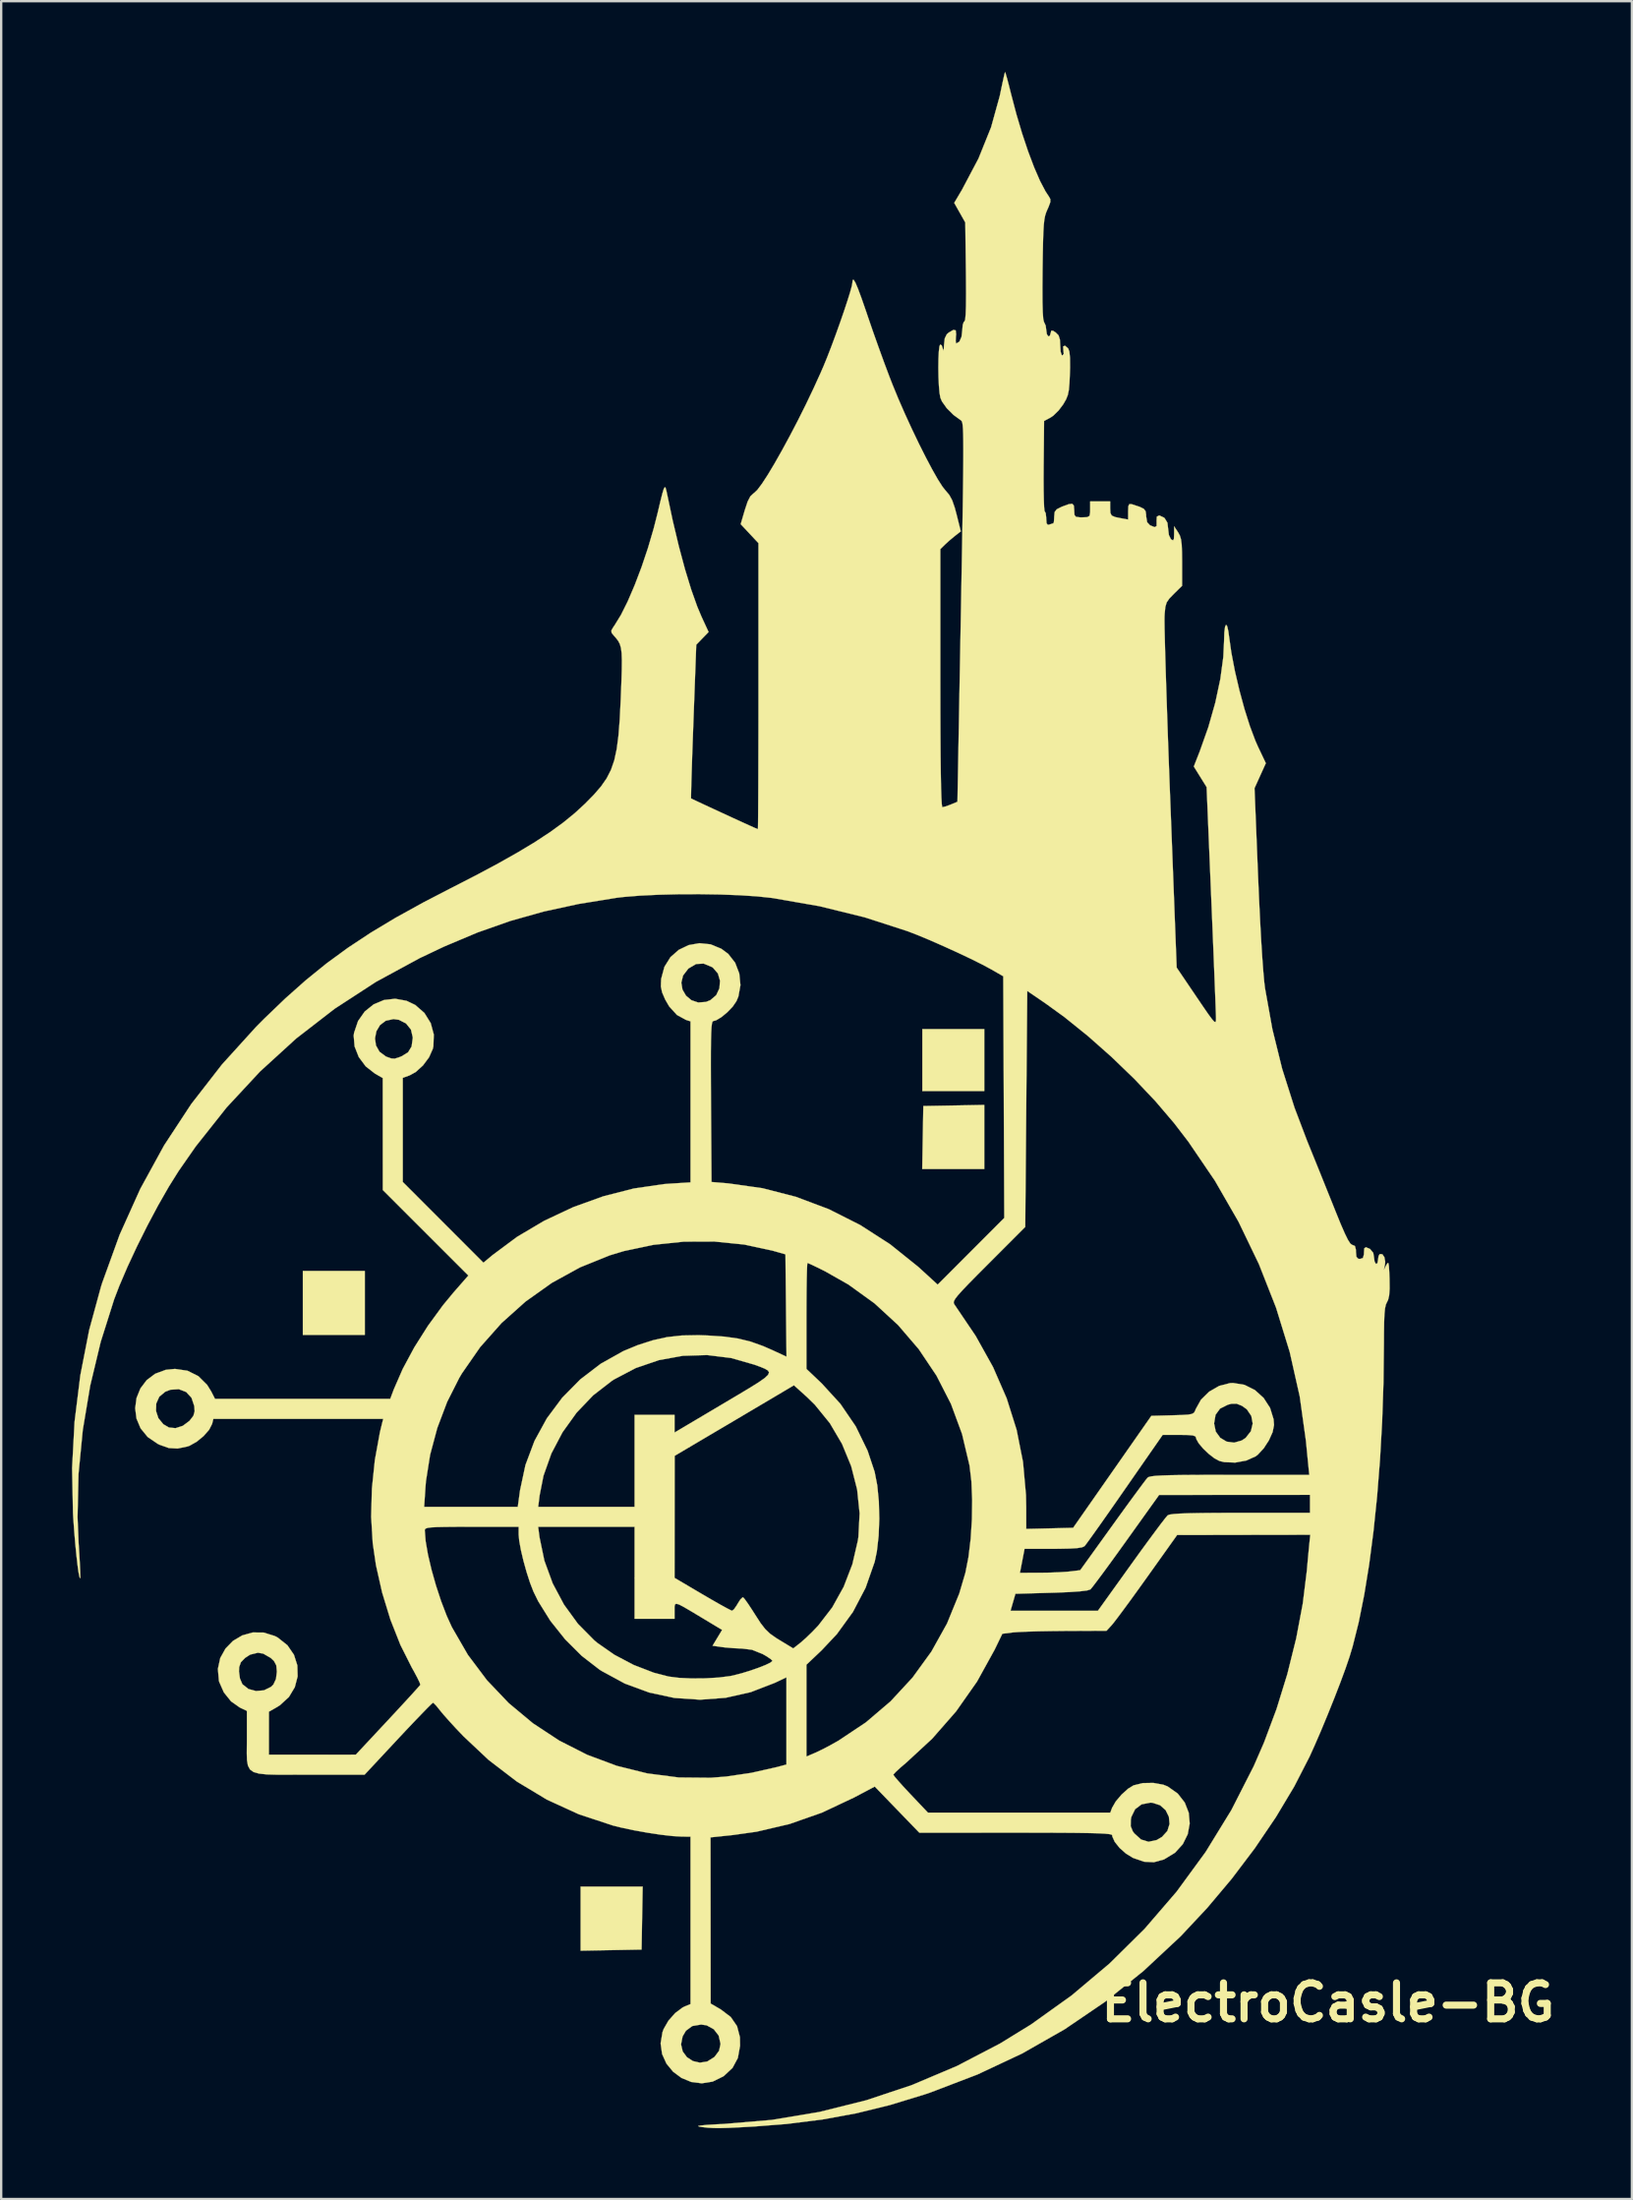
<source format=kicad_pcb>
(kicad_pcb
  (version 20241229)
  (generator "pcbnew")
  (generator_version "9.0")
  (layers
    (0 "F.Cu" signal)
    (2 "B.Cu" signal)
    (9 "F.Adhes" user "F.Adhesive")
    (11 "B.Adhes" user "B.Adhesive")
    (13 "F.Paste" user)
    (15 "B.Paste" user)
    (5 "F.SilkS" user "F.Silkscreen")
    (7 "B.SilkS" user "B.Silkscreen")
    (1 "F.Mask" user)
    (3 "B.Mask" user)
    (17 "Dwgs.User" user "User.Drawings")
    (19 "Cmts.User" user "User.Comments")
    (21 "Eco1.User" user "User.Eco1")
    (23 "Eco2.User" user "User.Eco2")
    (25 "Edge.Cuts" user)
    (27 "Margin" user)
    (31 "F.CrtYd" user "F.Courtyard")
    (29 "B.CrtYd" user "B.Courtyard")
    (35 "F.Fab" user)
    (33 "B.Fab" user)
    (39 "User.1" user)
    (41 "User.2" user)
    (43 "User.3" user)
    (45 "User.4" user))
  (footprint "ElectroCasle-BG"
    (layer "F.Cu")
    (at 27.816 43.67)
    (property "Reference" "ElectroCasle-BG" (at 25.4 38.1 0) (layer "F.SilkS") (effects (font (size 1.524 1.524) (thickness 0.3))))
    (attr through_hole)
    (fp_poly (pts (xy -15.409 9.821) (xy -18.034 9.821) (xy -18.034 7.112) (xy -15.409 7.112) (xy -15.409 9.821)) (stroke (width 0.01) (type solid)) (fill yes) (layer "F.SilkS"))
    (fp_poly (pts (xy 10.837 -0.508) (xy 8.213 -0.508) (xy 8.213 -3.133) (xy 10.837 -3.133) (xy 10.837 -0.508)) (stroke (width 0.01) (type solid)) (fill yes) (layer "F.SilkS"))
    (fp_poly (pts (xy -3.66 34.523) (xy -3.683 35.856) (xy -6.265 35.903) (xy -6.265 33.189) (xy -3.636 33.189) (xy -3.66 34.523)) (stroke (width 0.01) (type solid)) (fill yes) (layer "F.SilkS"))
    (fp_poly (pts (xy 10.837 2.794) (xy 8.208 2.794) (xy 8.255 0.127) (xy 9.546 0.104) (xy 10.837 0.08) (xy 10.837 2.794)) (stroke (width 0.01) (type solid)) (fill yes) (layer "F.SilkS"))
    (fp_poly (pts (xy 11.745 -43.597) (xy 11.803 -43.396) (xy 11.883 -43.093) (xy 11.973 -42.735) (xy 12.196 -41.887) (xy 12.439 -41.071) (xy 12.693 -40.311) (xy 12.95 -39.631) (xy 13.2 -39.055) (xy 13.436 -38.607) (xy 13.571 -38.403) (xy 13.636 -38.286) (xy 13.635 -38.156) (xy 13.56 -37.954) (xy 13.514 -37.852) (xy 13.459 -37.721) (xy 13.415 -37.581) (xy 13.382 -37.409) (xy 13.358 -37.182) (xy 13.34 -36.876) (xy 13.327 -36.47) (xy 13.316 -35.938) (xy 13.307 -35.317) (xy 13.301 -34.546) (xy 13.303 -33.94) (xy 13.315 -33.497) (xy 13.336 -33.212) (xy 13.367 -33.082) (xy 13.371 -33.077) (xy 13.439 -32.929) (xy 13.462 -32.754) (xy 13.489 -32.566) (xy 13.55 -32.472) (xy 13.615 -32.497) (xy 13.646 -32.598) (xy 13.678 -32.714) (xy 13.753 -32.709) (xy 13.864 -32.637) (xy 13.985 -32.515) (xy 14.042 -32.335) (xy 14.055 -32.084) (xy 14.072 -31.825) (xy 14.12 -31.682) (xy 14.149 -31.665) (xy 14.205 -31.735) (xy 14.189 -31.877) (xy 14.18 -32.047) (xy 14.257 -32.078) (xy 14.392 -31.963) (xy 14.443 -31.827) (xy 14.469 -31.564) (xy 14.472 -31.155) (xy 14.465 -30.918) (xy 14.447 -30.499) (xy 14.421 -30.205) (xy 14.377 -29.99) (xy 14.306 -29.809) (xy 14.197 -29.618) (xy 14.181 -29.592) (xy 13.985 -29.332) (xy 13.764 -29.116) (xy 13.649 -29.037) (xy 13.371 -28.889) (xy 13.353 -26.975) (xy 13.35 -26.426) (xy 13.353 -25.939) (xy 13.361 -25.537) (xy 13.373 -25.244) (xy 13.389 -25.084) (xy 13.399 -25.061) (xy 13.44 -24.987) (xy 13.461 -24.802) (xy 13.462 -24.756) (xy 13.477 -24.556) (xy 13.533 -24.49) (xy 13.596 -24.502) (xy 13.731 -24.547) (xy 13.765 -24.553) (xy 13.789 -24.628) (xy 13.8 -24.81) (xy 13.801 -24.84) (xy 13.819 -25.031) (xy 13.905 -25.148) (xy 14.103 -25.248) (xy 14.141 -25.264) (xy 14.413 -25.364) (xy 14.565 -25.382) (xy 14.631 -25.308) (xy 14.647 -25.131) (xy 14.647 -25.104) (xy 14.658 -24.914) (xy 14.721 -24.83) (xy 14.886 -24.808) (xy 14.986 -24.807) (xy 15.203 -24.815) (xy 15.299 -24.873) (xy 15.324 -25.027) (xy 15.325 -25.146) (xy 15.325 -25.485) (xy 16.171 -25.485) (xy 16.171 -25.193) (xy 16.181 -24.994) (xy 16.237 -24.883) (xy 16.381 -24.82) (xy 16.616 -24.772) (xy 16.933 -24.715) (xy 16.933 -25.063) (xy 16.942 -25.281) (xy 16.983 -25.368) (xy 17.084 -25.364) (xy 17.124 -25.352) (xy 17.423 -25.253) (xy 17.594 -25.169) (xy 17.673 -25.068) (xy 17.695 -24.92) (xy 17.695 -24.855) (xy 17.739 -24.599) (xy 17.859 -24.472) (xy 18.052 -24.393) (xy 18.138 -24.437) (xy 18.14 -24.618) (xy 18.137 -24.638) (xy 18.147 -24.834) (xy 18.249 -24.89) (xy 18.437 -24.804) (xy 18.479 -24.774) (xy 18.597 -24.58) (xy 18.627 -24.322) (xy 18.659 -24.059) (xy 18.743 -23.886) (xy 18.754 -23.876) (xy 18.835 -23.831) (xy 18.872 -23.897) (xy 18.881 -24.098) (xy 18.882 -24.426) (xy 19.05 -24.172) (xy 19.124 -24.038) (xy 19.173 -23.876) (xy 19.202 -23.651) (xy 19.215 -23.326) (xy 19.219 -22.914) (xy 19.219 -21.909) (xy 18.863 -21.559) (xy 18.675 -21.364) (xy 18.565 -21.203) (xy 18.509 -21.014) (xy 18.481 -20.737) (xy 18.474 -20.613) (xy 18.472 -20.437) (xy 18.476 -20.107) (xy 18.487 -19.634) (xy 18.503 -19.033) (xy 18.524 -18.319) (xy 18.55 -17.503) (xy 18.58 -16.601) (xy 18.613 -15.626) (xy 18.65 -14.592) (xy 18.69 -13.512) (xy 18.715 -12.877) (xy 18.989 -5.737) (xy 19.824 -4.504) (xy 20.123 -4.064) (xy 20.34 -3.75) (xy 20.489 -3.549) (xy 20.582 -3.446) (xy 20.632 -3.428) (xy 20.653 -3.481) (xy 20.656 -3.589) (xy 20.656 -3.604) (xy 20.652 -3.75) (xy 20.641 -4.048) (xy 20.625 -4.482) (xy 20.603 -5.035) (xy 20.577 -5.692) (xy 20.547 -6.434) (xy 20.514 -7.246) (xy 20.478 -8.11) (xy 20.455 -8.659) (xy 20.258 -13.382) (xy 19.987 -13.818) (xy 19.715 -14.254) (xy 19.967 -14.895) (xy 20.332 -15.925) (xy 20.626 -16.959) (xy 20.839 -17.959) (xy 20.965 -18.891) (xy 20.997 -19.561) (xy 21.009 -19.934) (xy 21.039 -20.169) (xy 21.081 -20.258) (xy 21.13 -20.195) (xy 21.18 -19.973) (xy 21.204 -19.789) (xy 21.307 -19.07) (xy 21.458 -18.285) (xy 21.647 -17.477) (xy 21.861 -16.689) (xy 22.091 -15.964) (xy 22.324 -15.344) (xy 22.435 -15.092) (xy 22.767 -14.394) (xy 22.527 -13.865) (xy 22.287 -13.335) (xy 22.439 -9.567) (xy 22.481 -8.603) (xy 22.525 -7.705) (xy 22.569 -6.892) (xy 22.614 -6.18) (xy 22.658 -5.588) (xy 22.699 -5.132) (xy 22.731 -4.868) (xy 23.044 -3.128) (xy 23.456 -1.458) (xy 23.982 0.199) (xy 24.518 1.609) (xy 24.767 2.222) (xy 25.044 2.906) (xy 25.323 3.6) (xy 25.581 4.239) (xy 25.722 4.592) (xy 25.941 5.13) (xy 26.113 5.524) (xy 26.244 5.791) (xy 26.344 5.947) (xy 26.421 6.008) (xy 26.437 6.011) (xy 26.542 6.055) (xy 26.583 6.213) (xy 26.585 6.308) (xy 26.604 6.512) (xy 26.678 6.594) (xy 26.755 6.604) (xy 26.879 6.564) (xy 26.922 6.416) (xy 26.924 6.35) (xy 26.937 6.157) (xy 27.005 6.107) (xy 27.166 6.174) (xy 27.184 6.184) (xy 27.319 6.347) (xy 27.347 6.517) (xy 27.374 6.712) (xy 27.432 6.816) (xy 27.495 6.786) (xy 27.517 6.656) (xy 27.544 6.478) (xy 27.592 6.398) (xy 27.703 6.404) (xy 27.789 6.528) (xy 27.825 6.72) (xy 27.815 6.829) (xy 27.767 7.07) (xy 27.874 6.858) (xy 27.925 6.777) (xy 27.959 6.783) (xy 27.981 6.9) (xy 27.996 7.148) (xy 28.007 7.439) (xy 28.012 7.862) (xy 27.992 8.152) (xy 27.945 8.345) (xy 27.901 8.431) (xy 27.853 8.536) (xy 27.817 8.697) (xy 27.793 8.939) (xy 27.779 9.286) (xy 27.772 9.761) (xy 27.77 10.178) (xy 27.751 11.842) (xy 27.695 13.488) (xy 27.604 15.099) (xy 27.481 16.655) (xy 27.327 18.141) (xy 27.145 19.538) (xy 26.935 20.828) (xy 26.701 21.994) (xy 26.444 23.018) (xy 26.313 23.453) (xy 26.148 23.936) (xy 25.928 24.533) (xy 25.67 25.2) (xy 25.39 25.898) (xy 25.105 26.585) (xy 24.83 27.219) (xy 24.619 27.686) (xy 23.971 28.947) (xy 23.192 30.248) (xy 22.302 31.561) (xy 21.324 32.854) (xy 20.278 34.097) (xy 19.188 35.261) (xy 19.138 35.311) (xy 17.576 36.768) (xy 15.947 38.074) (xy 14.239 39.235) (xy 12.442 40.258) (xy 10.546 41.148) (xy 8.541 41.914) (xy 8.297 41.996) (xy 6.842 42.44) (xy 5.418 42.79) (xy 3.974 43.054) (xy 2.462 43.243) (xy 1.101 43.349) (xy 0.49 43.384) (xy 0.018 43.407) (xy -0.347 43.417) (xy -0.636 43.415) (xy -0.878 43.401) (xy -1.105 43.375) (xy -1.228 43.356) (xy -1.289 43.333) (xy -1.184 43.308) (xy -0.919 43.283) (xy -0.497 43.257) (xy -0.212 43.244) (xy 1.825 43.072) (xy 3.847 42.735) (xy 5.841 42.238) (xy 7.792 41.586) (xy 9.684 40.785) (xy 11.503 39.837) (xy 12.817 39.03) (xy 14.539 37.798) (xy 16.145 36.446) (xy 17.629 34.979) (xy 18.987 33.403) (xy 20.215 31.724) (xy 21.306 29.948) (xy 22.257 28.082) (xy 22.691 27.084) (xy 23.22 25.669) (xy 23.678 24.185) (xy 24.053 22.678) (xy 24.333 21.197) (xy 24.507 19.788) (xy 24.508 19.77) (xy 24.542 19.385) (xy 24.579 18.991) (xy 24.604 18.733) (xy 24.65 18.288) (xy 21.829 18.292) (xy 19.008 18.297) (xy 17.738 20.079) (xy 17.382 20.576) (xy 17.047 21.039) (xy 16.748 21.446) (xy 16.502 21.776) (xy 16.325 22.007) (xy 16.243 22.107) (xy 16.019 22.352) (xy 14.254 22.36) (xy 13.692 22.366) (xy 13.158 22.375) (xy 12.688 22.388) (xy 12.313 22.404) (xy 12.069 22.421) (xy 12.045 22.424) (xy 11.603 22.479) (xy 11.275 23.156) (xy 10.53 24.505) (xy 9.644 25.766) (xy 8.629 26.925) (xy 7.535 27.935) (xy 7.285 28.149) (xy 7.094 28.325) (xy 6.993 28.434) (xy 6.985 28.451) (xy 7.04 28.532) (xy 7.191 28.709) (xy 7.414 28.958) (xy 7.688 29.252) (xy 7.718 29.284) (xy 8.452 30.057) (xy 16.176 30.057) (xy 16.252 29.854) (xy 16.408 29.582) (xy 16.654 29.292) (xy 16.932 29.042) (xy 17.162 28.901) (xy 17.553 28.805) (xy 18 28.797) (xy 18.422 28.873) (xy 18.609 28.948) (xy 19.035 29.249) (xy 19.332 29.629) (xy 19.5 30.061) (xy 19.541 30.517) (xy 19.458 30.969) (xy 19.25 31.39) (xy 18.921 31.753) (xy 18.47 32.028) (xy 18.439 32.042) (xy 18.024 32.156) (xy 17.612 32.136) (xy 17.155 31.979) (xy 17.132 31.969) (xy 16.839 31.789) (xy 16.571 31.551) (xy 16.366 31.295) (xy 16.262 31.065) (xy 16.256 31.011) (xy 16.224 30.985) (xy 16.121 30.964) (xy 15.935 30.946) (xy 15.654 30.932) (xy 15.266 30.922) (xy 14.758 30.914) (xy 14.12 30.909) (xy 13.339 30.906) (xy 12.403 30.905) (xy 12.171 30.905) (xy 8.086 30.906) (xy 7.818 30.629) (xy 17.041 30.629) (xy 17.129 30.846) (xy 17.191 30.932) (xy 17.48 31.194) (xy 17.797 31.29) (xy 18.139 31.218) (xy 18.367 31.085) (xy 18.595 30.833) (xy 18.688 30.535) (xy 18.659 30.229) (xy 18.522 29.952) (xy 18.288 29.743) (xy 17.971 29.639) (xy 17.873 29.633) (xy 17.502 29.705) (xy 17.228 29.911) (xy 17.07 30.234) (xy 17.047 30.353) (xy 17.041 30.629) (xy 7.818 30.629) (xy 7.141 29.929) (xy 6.197 28.952) (xy 5.321 29.415) (xy 3.957 30.057) (xy 2.587 30.537) (xy 1.188 30.864) (xy 0.191 31.004) (xy -0.762 31.104) (xy -0.759 34.623) (xy -0.756 38.142) (xy -0.32 38.396) (xy 0.097 38.713) (xy 0.362 39.099) (xy 0.484 39.567) (xy 0.49 39.931) (xy 0.396 40.449) (xy 0.172 40.866) (xy -0.193 41.208) (xy -0.221 41.227) (xy -0.671 41.448) (xy -1.13 41.521) (xy -1.577 41.464) (xy -1.99 41.294) (xy -2.348 41.029) (xy -2.63 40.685) (xy -2.813 40.28) (xy -2.87 39.872) (xy -2.011 39.872) (xy -1.94 40.171) (xy -1.762 40.413) (xy -1.509 40.578) (xy -1.212 40.646) (xy -0.901 40.597) (xy -0.607 40.413) (xy -0.586 40.393) (xy -0.4 40.144) (xy -0.339 39.869) (xy -0.339 39.836) (xy -0.416 39.499) (xy -0.623 39.231) (xy -0.923 39.066) (xy -1.16 39.031) (xy -1.533 39.095) (xy -1.802 39.292) (xy -1.945 39.534) (xy -2.011 39.872) (xy -2.87 39.872) (xy -2.876 39.83) (xy -2.797 39.354) (xy -2.747 39.219) (xy -2.544 38.867) (xy -2.259 38.545) (xy -1.946 38.311) (xy -1.852 38.265) (xy -1.609 38.164) (xy -1.609 31.073) (xy -1.968 31.071) (xy -2.36 31.049) (xy -2.864 30.992) (xy -3.434 30.906) (xy -4.018 30.801) (xy -4.567 30.684) (xy -4.903 30.6) (xy -6.34 30.125) (xy -7.693 29.506) (xy -8.966 28.74) (xy -10.165 27.823) (xy -11.224 26.827) (xy -11.539 26.497) (xy -11.832 26.178) (xy -12.072 25.908) (xy -12.226 25.721) (xy -12.229 25.718) (xy -12.38 25.53) (xy -12.491 25.416) (xy -12.52 25.4) (xy -12.59 25.459) (xy -12.759 25.626) (xy -13.01 25.884) (xy -13.328 26.215) (xy -13.696 26.603) (xy -13.996 26.924) (xy -15.418 28.448) (xy -17.78 28.448) (xy -18.517 28.45) (xy -19.103 28.45) (xy -19.554 28.438) (xy -19.889 28.403) (xy -20.123 28.336) (xy -20.275 28.226) (xy -20.362 28.062) (xy -20.401 27.836) (xy -20.41 27.536) (xy -20.406 27.152) (xy -20.405 26.909) (xy -20.405 25.747) (xy -20.704 25.605) (xy -21.077 25.342) (xy -21.381 24.964) (xy -21.577 24.52) (xy -21.591 24.466) (xy -21.625 24.074) (xy -20.741 24.074) (xy -20.701 24.371) (xy -20.6 24.607) (xy -20.591 24.619) (xy -20.34 24.819) (xy -20.019 24.905) (xy -19.682 24.876) (xy -19.387 24.731) (xy -19.283 24.63) (xy -19.173 24.394) (xy -19.135 24.086) (xy -19.159 23.821) (xy -19.257 23.635) (xy -19.395 23.503) (xy -19.713 23.321) (xy -19.939 23.283) (xy -20.268 23.363) (xy -20.483 23.503) (xy -20.661 23.688) (xy -20.733 23.893) (xy -20.741 24.074) (xy -21.625 24.074) (xy -21.634 23.966) (xy -21.534 23.507) (xy -21.312 23.107) (xy -20.994 22.781) (xy -20.602 22.549) (xy -20.16 22.425) (xy -19.691 22.429) (xy -19.219 22.576) (xy -19.094 22.643) (xy -18.686 22.968) (xy -18.411 23.37) (xy -18.268 23.819) (xy -18.256 24.286) (xy -18.375 24.742) (xy -18.625 25.159) (xy -19.006 25.507) (xy -19.138 25.59) (xy -19.472 25.781) (xy -19.473 26.691) (xy -19.473 27.601) (xy -17.632 27.601) (xy -15.79 27.6) (xy -14.436 26.15) (xy -14.052 25.737) (xy -13.708 25.365) (xy -13.421 25.052) (xy -13.207 24.815) (xy -13.082 24.673) (xy -13.057 24.64) (xy -13.086 24.545) (xy -13.184 24.341) (xy -13.332 24.063) (xy -13.418 23.911) (xy -13.9 22.953) (xy -14.324 21.879) (xy -14.674 20.736) (xy -14.936 19.574) (xy -15.074 18.635) (xy -15.106 18.098) (xy -12.869 18.098) (xy -12.833 18.553) (xy -12.735 19.121) (xy -12.585 19.762) (xy -12.395 20.435) (xy -12.176 21.1) (xy -11.939 21.719) (xy -11.722 22.196) (xy -11.042 23.373) (xy -10.233 24.449) (xy -9.31 25.418) (xy -8.285 26.272) (xy -7.172 27.004) (xy -5.985 27.607) (xy -4.735 28.073) (xy -3.438 28.395) (xy -2.106 28.567) (xy -0.752 28.579) (xy -0.102 28.528) (xy 0.962 28.372) (xy 2.039 28.129) (xy 2.138 28.103) (xy 2.455 28.018) (xy 2.455 24.325) (xy 1.968 24.556) (xy 0.943 24.952) (xy -0.12 25.191) (xy -1.204 25.272) (xy -2.289 25.198) (xy -3.358 24.969) (xy -4.393 24.588) (xy -5.374 24.056) (xy -5.476 23.99) (xy -6.22 23.414) (xy -6.923 22.713) (xy -7.549 21.928) (xy -8.062 21.104) (xy -8.263 20.694) (xy -8.407 20.324) (xy -8.552 19.874) (xy -8.686 19.394) (xy -8.795 18.932) (xy -8.867 18.536) (xy -8.89 18.277) (xy -8.89 17.949) (xy -8.065 17.949) (xy -8.007 18.394) (xy -7.801 19.384) (xy -7.45 20.344) (xy -6.97 21.245) (xy -6.378 22.059) (xy -5.688 22.756) (xy -5.562 22.862) (xy -4.835 23.369) (xy -4.016 23.801) (xy -3.166 24.129) (xy -2.534 24.292) (xy -2.099 24.347) (xy -1.56 24.372) (xy -0.979 24.367) (xy -0.417 24.334) (xy 0.064 24.273) (xy 0.195 24.247) (xy 0.548 24.156) (xy 0.918 24.043) (xy 1.271 23.92) (xy 1.569 23.802) (xy 1.779 23.7) (xy 1.862 23.629) (xy 1.863 23.626) (xy 1.794 23.555) (xy 1.619 23.437) (xy 1.449 23.339) (xy 0.997 23.158) (xy 0.581 23.107) (xy 0.222 23.09) (xy -0.149 23.059) (xy -0.275 23.043) (xy -0.676 22.987) (xy -0.27 22.316) (xy -1.172 21.774) (xy -1.598 21.518) (xy -1.899 21.342) (xy -2.096 21.24) (xy -2.212 21.208) (xy -2.268 21.24) (xy -2.286 21.331) (xy -2.286 21.474) (xy -2.286 21.496) (xy -2.286 21.844) (xy -3.979 21.844) (xy -3.979 20.111) (xy -2.286 20.111) (xy -1.104 20.808) (xy -0.701 21.043) (xy -0.347 21.245) (xy -0.07 21.397) (xy 0.106 21.487) (xy 0.153 21.505) (xy 0.236 21.438) (xy 0.353 21.269) (xy 0.387 21.208) (xy 0.503 21.027) (xy 0.598 20.937) (xy 0.617 20.935) (xy 0.688 21.012) (xy 0.825 21.203) (xy 1.004 21.474) (xy 1.133 21.676) (xy 1.362 22.031) (xy 1.556 22.281) (xy 1.756 22.473) (xy 2.007 22.651) (xy 2.162 22.747) (xy 2.745 23.1) (xy 3.059 22.852) (xy 3.279 22.659) (xy 3.55 22.397) (xy 3.804 22.131) (xy 4.395 21.365) (xy 4.882 20.489) (xy 5.249 19.535) (xy 5.481 18.535) (xy 5.505 18.375) (xy 5.556 17.377) (xy 5.451 16.371) (xy 5.199 15.382) (xy 4.81 14.437) (xy 4.294 13.56) (xy 3.659 12.779) (xy 3.332 12.459) (xy 2.773 11.955) (xy 2.037 12.391) (xy 1.749 12.562) (xy 1.346 12.8) (xy 0.862 13.086) (xy 0.329 13.402) (xy -0.223 13.728) (xy -0.49 13.885) (xy -2.281 14.944) (xy -2.286 20.111) (xy -3.979 20.111) (xy -3.979 17.949) (xy -8.065 17.949) (xy -8.89 17.949) (xy -10.88 17.949) (xy -11.512 17.95) (xy -11.994 17.954) (xy -12.347 17.961) (xy -12.591 17.974) (xy -12.745 17.994) (xy -12.829 18.023) (xy -12.864 18.062) (xy -12.869 18.098) (xy -15.106 18.098) (xy -15.14 17.521) (xy -15.129 17.103) (xy -12.895 17.103) (xy -8.928 17.103) (xy -8.063 17.103) (xy -3.979 17.103) (xy -3.979 13.208) (xy -2.286 13.208) (xy -2.286 13.957) (xy -0.202 12.721) (xy 0.425 12.349) (xy 0.917 12.054) (xy 1.283 11.825) (xy 1.532 11.65) (xy 1.674 11.517) (xy 1.718 11.414) (xy 1.674 11.331) (xy 1.549 11.256) (xy 1.355 11.176) (xy 1.106 11.084) (xy 0.115 10.8) (xy -0.905 10.675) (xy -1.935 10.706) (xy -2.949 10.889) (xy -3.927 11.224) (xy -4.846 11.706) (xy -4.939 11.766) (xy -5.733 12.38) (xy -6.436 13.115) (xy -7.032 13.945) (xy -7.505 14.844) (xy -7.839 15.786) (xy -8.003 16.616) (xy -8.063 17.103) (xy -8.928 17.103) (xy -8.832 16.404) (xy -8.603 15.333) (xy -8.22 14.312) (xy -7.697 13.357) (xy -7.046 12.483) (xy -6.28 11.706) (xy -5.412 11.042) (xy -4.454 10.506) (xy -3.847 10.255) (xy -3.208 10.049) (xy -2.604 9.915) (xy -1.977 9.846) (xy -1.272 9.833) (xy -0.879 9.846) (xy -0.181 9.893) (xy 0.405 9.975) (xy 0.934 10.104) (xy 1.463 10.293) (xy 1.843 10.459) (xy 2.458 10.743) (xy 2.44 9.017) (xy 3.302 9.017) (xy 3.302 11.261) (xy 3.948 11.874) (xy 4.741 12.741) (xy 5.392 13.695) (xy 5.895 14.73) (xy 6.192 15.621) (xy 6.304 16.198) (xy 6.37 16.879) (xy 6.389 17.609) (xy 6.361 18.332) (xy 6.286 18.991) (xy 6.194 19.431) (xy 5.809 20.531) (xy 5.273 21.554) (xy 4.592 22.494) (xy 3.948 23.178) (xy 3.302 23.791) (xy 3.302 27.68) (xy 3.688 27.515) (xy 3.956 27.388) (xy 4.298 27.21) (xy 4.641 27.018) (xy 4.66 27.007) (xy 5.82 26.234) (xy 6.868 25.341) (xy 7.796 24.338) (xy 8.596 23.236) (xy 9.259 22.046) (xy 9.48 21.505) (xy 11.949 21.505) (xy 15.652 21.505) (xy 17.064 19.537) (xy 17.433 19.025) (xy 17.776 18.555) (xy 18.078 18.147) (xy 18.325 17.817) (xy 18.505 17.585) (xy 18.603 17.469) (xy 18.61 17.462) (xy 18.691 17.432) (xy 18.86 17.408) (xy 19.129 17.389) (xy 19.511 17.375) (xy 20.02 17.365) (xy 20.67 17.359) (xy 21.472 17.357) (xy 21.691 17.357) (xy 24.638 17.357) (xy 24.638 16.595) (xy 18.246 16.599) (xy 16.849 18.551) (xy 16.483 19.06) (xy 16.144 19.527) (xy 15.847 19.933) (xy 15.604 20.258) (xy 15.43 20.486) (xy 15.339 20.597) (xy 15.333 20.602) (xy 15.196 20.645) (xy 14.9 20.682) (xy 14.453 20.713) (xy 13.864 20.738) (xy 13.686 20.743) (xy 12.157 20.786) (xy 11.949 21.505) (xy 9.48 21.505) (xy 9.777 20.78) (xy 10.038 19.896) (xy 10.168 19.234) (xy 10.261 18.461) (xy 10.314 17.634) (xy 10.325 16.805) (xy 10.293 16.028) (xy 10.214 15.359) (xy 10.212 15.348) (xy 9.896 14.017) (xy 9.427 12.745) (xy 8.812 11.544) (xy 8.062 10.426) (xy 7.184 9.403) (xy 6.188 8.486) (xy 6.159 8.465) (xy 9.542 8.465) (xy 9.566 8.523) (xy 9.574 8.534) (xy 10.473 9.864) (xy 11.209 11.184) (xy 11.785 12.505) (xy 12.207 13.841) (xy 12.478 15.203) (xy 12.604 16.603) (xy 12.614 17.127) (xy 12.615 18.039) (xy 13.609 18.016) (xy 14.602 17.992) (xy 17.691 13.572) (xy 20.574 13.572) (xy 20.646 13.918) (xy 20.836 14.18) (xy 21.107 14.342) (xy 21.423 14.385) (xy 21.748 14.293) (xy 21.912 14.183) (xy 22.133 13.901) (xy 22.211 13.577) (xy 22.152 13.254) (xy 21.961 12.972) (xy 21.752 12.823) (xy 21.528 12.735) (xy 21.315 12.737) (xy 21.156 12.778) (xy 20.827 12.943) (xy 20.636 13.205) (xy 20.574 13.572) (xy 17.691 13.572) (xy 17.916 13.25) (xy 18.814 13.226) (xy 19.213 13.214) (xy 19.475 13.198) (xy 19.633 13.169) (xy 19.72 13.119) (xy 19.769 13.039) (xy 19.793 12.971) (xy 20.018 12.567) (xy 20.364 12.227) (xy 20.789 11.982) (xy 21.249 11.863) (xy 21.378 11.857) (xy 21.863 11.937) (xy 22.304 12.157) (xy 22.674 12.492) (xy 22.946 12.912) (xy 23.094 13.391) (xy 23.114 13.636) (xy 23.054 13.938) (xy 22.896 14.289) (xy 22.676 14.627) (xy 22.426 14.896) (xy 22.336 14.964) (xy 21.94 15.142) (xy 21.472 15.228) (xy 21.007 15.21) (xy 20.802 15.161) (xy 20.591 15.049) (xy 20.348 14.861) (xy 20.111 14.635) (xy 19.922 14.411) (xy 19.82 14.229) (xy 19.812 14.184) (xy 19.782 14.119) (xy 19.673 14.079) (xy 19.454 14.06) (xy 19.105 14.055) (xy 18.397 14.055) (xy 16.797 16.356) (xy 16.41 16.912) (xy 16.049 17.427) (xy 15.728 17.883) (xy 15.458 18.262) (xy 15.252 18.548) (xy 15.123 18.723) (xy 15.086 18.769) (xy 14.985 18.817) (xy 14.781 18.851) (xy 14.455 18.871) (xy 13.987 18.88) (xy 13.759 18.881) (xy 12.544 18.881) (xy 12.495 19.135) (xy 12.44 19.421) (xy 12.397 19.643) (xy 12.348 19.897) (xy 13.18 19.896) (xy 13.6 19.89) (xy 14.014 19.874) (xy 14.353 19.852) (xy 14.457 19.842) (xy 14.902 19.788) (xy 16.27 17.888) (xy 16.633 17.385) (xy 16.968 16.923) (xy 17.263 16.522) (xy 17.501 16.2) (xy 17.67 15.976) (xy 17.755 15.87) (xy 17.757 15.868) (xy 17.813 15.837) (xy 17.921 15.812) (xy 18.099 15.791) (xy 18.359 15.776) (xy 18.717 15.764) (xy 19.188 15.756) (xy 19.786 15.751) (xy 20.527 15.749) (xy 21.243 15.748) (xy 24.609 15.748) (xy 24.584 15.515) (xy 24.567 15.338) (xy 24.537 15.038) (xy 24.5 14.658) (xy 24.466 14.309) (xy 24.203 12.426) (xy 23.778 10.54) (xy 23.2 8.667) (xy 22.474 6.823) (xy 21.609 5.026) (xy 20.61 3.292) (xy 19.486 1.639) (xy 18.878 0.847) (xy 18.092 -0.075) (xy 17.196 -1.021) (xy 16.227 -1.955) (xy 15.226 -2.841) (xy 14.23 -3.643) (xy 13.42 -4.229) (xy 12.658 -4.749) (xy 12.615 0.25) (xy 12.573 5.248) (xy 11.014 6.809) (xy 10.541 7.283) (xy 10.176 7.654) (xy 9.908 7.935) (xy 9.722 8.142) (xy 9.608 8.289) (xy 9.552 8.392) (xy 9.542 8.465) (xy 6.159 8.465) (xy 5.082 7.688) (xy 4.086 7.123) (xy 3.777 6.97) (xy 3.528 6.851) (xy 3.375 6.783) (xy 3.346 6.773) (xy 3.334 6.854) (xy 3.324 7.083) (xy 3.315 7.436) (xy 3.308 7.893) (xy 3.304 8.431) (xy 3.302 9.017) (xy 2.44 9.017) (xy 2.436 8.575) (xy 2.413 6.408) (xy 1.863 6.252) (xy 0.667 5.994) (xy -0.596 5.867) (xy -1.891 5.871) (xy -3.18 6.006) (xy -4.427 6.269) (xy -5.028 6.45) (xy -6.287 6.959) (xy -7.483 7.616) (xy -8.598 8.408) (xy -9.617 9.32) (xy -10.521 10.338) (xy -11.294 11.45) (xy -11.408 11.643) (xy -11.922 12.662) (xy -12.339 13.764) (xy -12.643 14.9) (xy -12.819 16.017) (xy -12.84 16.277) (xy -12.895 17.103) (xy -15.129 17.103) (xy -15.108 16.33) (xy -14.983 15.119) (xy -14.769 13.945) (xy -14.688 13.61) (xy -14.629 13.377) (xy -21.826 13.377) (xy -21.879 13.591) (xy -22.005 13.838) (xy -22.239 14.105) (xy -22.531 14.345) (xy -22.832 14.514) (xy -22.914 14.544) (xy -23.341 14.634) (xy -23.711 14.613) (xy -24.103 14.474) (xy -24.182 14.436) (xy -24.61 14.144) (xy -24.909 13.778) (xy -25.083 13.364) (xy -25.124 13.041) (xy -24.257 13.041) (xy -24.156 13.347) (xy -23.946 13.604) (xy -23.707 13.744) (xy -23.427 13.771) (xy -23.12 13.672) (xy -22.845 13.467) (xy -22.829 13.45) (xy -22.672 13.247) (xy -22.619 13.058) (xy -22.634 12.836) (xy -22.753 12.482) (xy -22.981 12.238) (xy -23.288 12.12) (xy -23.644 12.143) (xy -23.868 12.23) (xy -24.118 12.441) (xy -24.246 12.725) (xy -24.257 13.041) (xy -25.124 13.041) (xy -25.138 12.927) (xy -25.081 12.494) (xy -24.917 12.089) (xy -24.652 11.738) (xy -24.292 11.467) (xy -23.843 11.301) (xy -23.452 11.261) (xy -22.921 11.339) (xy -22.462 11.568) (xy -22.09 11.937) (xy -21.919 12.213) (xy -21.756 12.531) (xy -18.044 12.531) (xy -14.332 12.531) (xy -14.181 12.129) (xy -13.804 11.265) (xy -13.314 10.353) (xy -12.736 9.439) (xy -12.099 8.567) (xy -11.656 8.031) (xy -11.022 7.306) (xy -14.647 3.684) (xy -14.649 -1.058) (xy -14.982 -1.249) (xy -15.372 -1.554) (xy -15.666 -1.95) (xy -15.842 -2.397) (xy -15.871 -2.741) (xy -14.978 -2.741) (xy -14.936 -2.438) (xy -14.785 -2.17) (xy -14.519 -1.974) (xy -14.478 -1.956) (xy -14.284 -1.888) (xy -14.141 -1.88) (xy -13.966 -1.934) (xy -13.847 -1.982) (xy -13.576 -2.15) (xy -13.427 -2.393) (xy -13.378 -2.748) (xy -13.377 -2.781) (xy -13.454 -3.111) (xy -13.662 -3.37) (xy -13.966 -3.525) (xy -14.195 -3.556) (xy -14.52 -3.486) (xy -14.764 -3.303) (xy -14.918 -3.042) (xy -14.978 -2.741) (xy -15.871 -2.741) (xy -15.881 -2.854) (xy -15.865 -2.973) (xy -15.697 -3.471) (xy -15.412 -3.877) (xy -15.036 -4.178) (xy -14.597 -4.363) (xy -14.122 -4.417) (xy -13.639 -4.33) (xy -13.271 -4.153) (xy -12.884 -3.815) (xy -12.617 -3.386) (xy -12.486 -2.902) (xy -12.504 -2.4) (xy -12.528 -2.295) (xy -12.686 -1.939) (xy -12.943 -1.594) (xy -13.251 -1.314) (xy -13.512 -1.171) (xy -13.801 -1.067) (xy -13.801 3.343) (xy -12.092 5.053) (xy -10.383 6.763) (xy -9.996 6.44) (xy -8.957 5.667) (xy -7.806 4.986) (xy -6.576 4.409) (xy -5.3 3.949) (xy -4.011 3.62) (xy -2.739 3.434) (xy -2.477 3.415) (xy -1.609 3.361) (xy -1.609 -3.46) (xy -1.798 -3.52) (xy -2.184 -3.73) (xy -2.514 -4.093) (xy -2.681 -4.381) (xy -2.812 -4.684) (xy -2.865 -4.934) (xy -2.859 -5.099) (xy -1.999 -5.099) (xy -1.95 -4.805) (xy -1.801 -4.548) (xy -1.572 -4.356) (xy -1.283 -4.258) (xy -0.954 -4.283) (xy -0.77 -4.356) (xy -0.521 -4.568) (xy -0.384 -4.859) (xy -0.359 -5.182) (xy -0.449 -5.488) (xy -0.657 -5.73) (xy -0.703 -5.761) (xy -1.053 -5.906) (xy -1.374 -5.888) (xy -1.685 -5.705) (xy -1.711 -5.681) (xy -1.926 -5.4) (xy -1.999 -5.099) (xy -2.859 -5.099) (xy -2.855 -5.219) (xy -2.849 -5.273) (xy -2.715 -5.77) (xy -2.459 -6.179) (xy -2.107 -6.488) (xy -1.688 -6.689) (xy -1.23 -6.77) (xy -0.759 -6.722) (xy -0.303 -6.534) (xy -0.013 -6.319) (xy 0.282 -5.943) (xy 0.457 -5.486) (xy 0.506 -4.993) (xy 0.419 -4.511) (xy 0.336 -4.313) (xy 0.179 -4.084) (xy -0.047 -3.848) (xy -0.296 -3.641) (xy -0.523 -3.505) (xy -0.649 -3.471) (xy -0.678 -3.447) (xy -0.701 -3.366) (xy -0.72 -3.212) (xy -0.733 -2.973) (xy -0.742 -2.634) (xy -0.747 -2.181) (xy -0.748 -1.6) (xy -0.746 -0.877) (xy -0.742 -0.064) (xy -0.72 3.344) (xy -0.012 3.403) (xy 1.437 3.607) (xy 2.862 3.974) (xy 4.249 4.496) (xy 5.583 5.168) (xy 6.849 5.983) (xy 8.033 6.933) (xy 8.161 7.049) (xy 8.863 7.691) (xy 10.274 6.278) (xy 11.685 4.865) (xy 11.664 -0.252) (xy 11.642 -5.369) (xy 11.134 -5.661) (xy 10.76 -5.862) (xy 10.27 -6.106) (xy 9.706 -6.373) (xy 9.11 -6.644) (xy 8.525 -6.901) (xy 7.991 -7.123) (xy 7.595 -7.276) (xy 5.772 -7.866) (xy 3.855 -8.337) (xy 1.88 -8.681) (xy 1.82 -8.689) (xy 1.206 -8.754) (xy 0.466 -8.802) (xy -0.361 -8.833) (xy -1.236 -8.846) (xy -2.121 -8.843) (xy -2.975 -8.822) (xy -3.76 -8.784) (xy -4.437 -8.729) (xy -4.741 -8.693) (xy -6.344 -8.433) (xy -7.83 -8.111) (xy -9.246 -7.712) (xy -10.638 -7.222) (xy -12.051 -6.627) (xy -13.081 -6.139) (xy -14.936 -5.132) (xy -16.682 -3.997) (xy -18.318 -2.732) (xy -19.846 -1.338) (xy -21.264 0.187) (xy -22.575 1.841) (xy -23.298 2.879) (xy -23.717 3.549) (xy -24.166 4.334) (xy -24.621 5.189) (xy -25.062 6.072) (xy -25.466 6.938) (xy -25.811 7.744) (xy -26.03 8.315) (xy -26.6 10.118) (xy -27.045 11.972) (xy -27.359 13.847) (xy -27.54 15.713) (xy -27.581 17.541) (xy -27.536 18.636) (xy -27.505 19.114) (xy -27.482 19.531) (xy -27.467 19.857) (xy -27.462 20.065) (xy -27.466 20.129) (xy -27.498 20.075) (xy -27.538 19.876) (xy -27.583 19.556) (xy -27.63 19.139) (xy -27.678 18.649) (xy -27.723 18.11) (xy -27.763 17.546) (xy -27.773 17.378) (xy -27.811 15.459) (xy -27.706 13.499) (xy -27.463 11.536) (xy -27.086 9.609) (xy -26.58 7.756) (xy -26.536 7.618) (xy -25.796 5.576) (xy -24.923 3.637) (xy -23.913 1.794) (xy -22.761 0.04) (xy -21.463 -1.631) (xy -20.015 -3.227) (xy -19.67 -3.574) (xy -18.78 -4.428) (xy -17.91 -5.201) (xy -17.034 -5.911) (xy -16.124 -6.576) (xy -15.155 -7.216) (xy -14.099 -7.85) (xy -12.93 -8.495) (xy -11.811 -9.075) (xy -10.706 -9.642) (xy -9.742 -10.157) (xy -8.905 -10.629) (xy -8.18 -11.067) (xy -7.55 -11.481) (xy -7 -11.881) (xy -6.515 -12.277) (xy -6.08 -12.677) (xy -6.071 -12.686) (xy -5.701 -13.063) (xy -5.401 -13.41) (xy -5.163 -13.752) (xy -4.978 -14.114) (xy -4.838 -14.519) (xy -4.736 -14.993) (xy -4.662 -15.559) (xy -4.608 -16.244) (xy -4.567 -17.07) (xy -4.563 -17.165) (xy -4.537 -17.835) (xy -4.521 -18.359) (xy -4.517 -18.759) (xy -4.528 -19.058) (xy -4.557 -19.28) (xy -4.606 -19.446) (xy -4.677 -19.579) (xy -4.773 -19.703) (xy -4.846 -19.785) (xy -4.952 -19.914) (xy -4.964 -20.014) (xy -4.882 -20.156) (xy -4.832 -20.227) (xy -4.559 -20.671) (xy -4.269 -21.251) (xy -3.974 -21.938) (xy -3.684 -22.7) (xy -3.413 -23.507) (xy -3.171 -24.33) (xy -3.006 -24.977) (xy -2.891 -25.463) (xy -2.807 -25.799) (xy -2.747 -26.001) (xy -2.703 -26.084) (xy -2.668 -26.063) (xy -2.636 -25.954) (xy -2.608 -25.823) (xy -2.363 -24.666) (xy -2.106 -23.589) (xy -1.844 -22.611) (xy -1.581 -21.751) (xy -1.323 -21.027) (xy -1.138 -20.588) (xy -0.843 -19.95) (xy -1.105 -19.681) (xy -1.366 -19.411) (xy -1.486 -16.167) (xy -1.512 -15.444) (xy -1.536 -14.776) (xy -1.555 -14.181) (xy -1.571 -13.679) (xy -1.581 -13.286) (xy -1.587 -13.023) (xy -1.587 -12.907) (xy -1.586 -12.903) (xy -1.506 -12.862) (xy -1.302 -12.766) (xy -1.004 -12.626) (xy -0.641 -12.458) (xy -0.243 -12.274) (xy 0.16 -12.088) (xy 0.539 -11.915) (xy 0.864 -11.767) (xy 1.105 -11.659) (xy 1.233 -11.604) (xy 1.245 -11.599) (xy 1.249 -11.682) (xy 1.253 -11.92) (xy 1.257 -12.301) (xy 1.26 -12.811) (xy 1.263 -13.437) (xy 1.265 -14.165) (xy 1.267 -14.982) (xy 1.269 -15.874) (xy 1.27 -16.829) (xy 1.27 -17.657) (xy 1.27 -23.714) (xy 0.894 -24.116) (xy 0.517 -24.519) (xy 0.693 -25.12) (xy 0.811 -25.475) (xy 0.927 -25.698) (xy 1.059 -25.823) (xy 1.078 -25.834) (xy 1.218 -25.965) (xy 1.417 -26.23) (xy 1.666 -26.612) (xy 1.953 -27.091) (xy 2.268 -27.647) (xy 2.601 -28.261) (xy 2.942 -28.915) (xy 3.279 -29.589) (xy 3.602 -30.265) (xy 3.901 -30.922) (xy 4.022 -31.2) (xy 4.181 -31.587) (xy 4.358 -32.044) (xy 4.543 -32.542) (xy 4.725 -33.05) (xy 4.895 -33.542) (xy 5.042 -33.986) (xy 5.157 -34.354) (xy 5.228 -34.618) (xy 5.248 -34.734) (xy 5.262 -34.86) (xy 5.305 -34.866) (xy 5.379 -34.744) (xy 5.488 -34.487) (xy 5.637 -34.086) (xy 5.829 -33.534) (xy 5.91 -33.295) (xy 6.118 -32.688) (xy 6.353 -32.027) (xy 6.592 -31.369) (xy 6.815 -30.775) (xy 6.946 -30.438) (xy 7.196 -29.83) (xy 7.474 -29.194) (xy 7.768 -28.554) (xy 8.066 -27.932) (xy 8.357 -27.353) (xy 8.628 -26.841) (xy 8.868 -26.418) (xy 9.066 -26.108) (xy 9.19 -25.952) (xy 9.352 -25.761) (xy 9.477 -25.533) (xy 9.586 -25.218) (xy 9.661 -24.938) (xy 9.842 -24.213) (xy 9.599 -24.024) (xy 9.37 -23.835) (xy 9.165 -23.648) (xy 8.975 -23.46) (xy 8.975 -17.996) (xy 8.976 -16.74) (xy 8.98 -15.651) (xy 8.986 -14.728) (xy 8.995 -13.969) (xy 9.006 -13.373) (xy 9.02 -12.936) (xy 9.037 -12.658) (xy 9.056 -12.537) (xy 9.062 -12.531) (xy 9.194 -12.561) (xy 9.4 -12.636) (xy 9.425 -12.646) (xy 9.701 -12.761) (xy 9.848 -20.795) (xy 9.872 -22.144) (xy 9.893 -23.334) (xy 9.911 -24.374) (xy 9.926 -25.276) (xy 9.937 -26.049) (xy 9.945 -26.702) (xy 9.95 -27.247) (xy 9.951 -27.693) (xy 9.949 -28.051) (xy 9.944 -28.329) (xy 9.936 -28.54) (xy 9.924 -28.692) (xy 9.91 -28.795) (xy 9.891 -28.86) (xy 9.87 -28.898) (xy 9.851 -28.914) (xy 9.534 -29.145) (xy 9.25 -29.428) (xy 9.045 -29.715) (xy 8.977 -29.875) (xy 8.941 -30.085) (xy 8.914 -30.394) (xy 8.898 -30.763) (xy 8.892 -31.152) (xy 8.897 -31.522) (xy 8.912 -31.834) (xy 8.938 -32.05) (xy 8.969 -32.127) (xy 9.036 -32.092) (xy 9.083 -31.942) (xy 9.106 -31.862) (xy 9.123 -31.946) (xy 9.131 -32.105) (xy 9.163 -32.387) (xy 9.249 -32.561) (xy 9.332 -32.634) (xy 9.528 -32.747) (xy 9.626 -32.727) (xy 9.645 -32.563) (xy 9.636 -32.47) (xy 9.626 -32.275) (xy 9.645 -32.176) (xy 9.652 -32.173) (xy 9.784 -32.251) (xy 9.874 -32.458) (xy 9.906 -32.741) (xy 9.925 -32.962) (xy 9.972 -33.091) (xy 9.996 -33.105) (xy 10.027 -33.176) (xy 10.048 -33.394) (xy 10.062 -33.763) (xy 10.066 -34.29) (xy 10.062 -34.979) (xy 10.06 -35.2) (xy 10.033 -37.296) (xy 9.799 -37.711) (xy 9.564 -38.127) (xy 9.894 -38.685) (xy 10.593 -40.007) (xy 11.126 -41.33) (xy 11.492 -42.649) (xy 11.515 -42.759) (xy 11.591 -43.122) (xy 11.655 -43.418) (xy 11.7 -43.61) (xy 11.717 -43.665) (xy 11.745 -43.597)) (stroke (width 0.01) (type solid)) (fill yes) (layer "F.SilkS")))
  (gr_rect
    (start -3 -3)
    (end 66.093 90.092)
    (stroke (width 0.1) (type default))
    (fill no)
    (layer "Edge.Cuts")))
</source>
